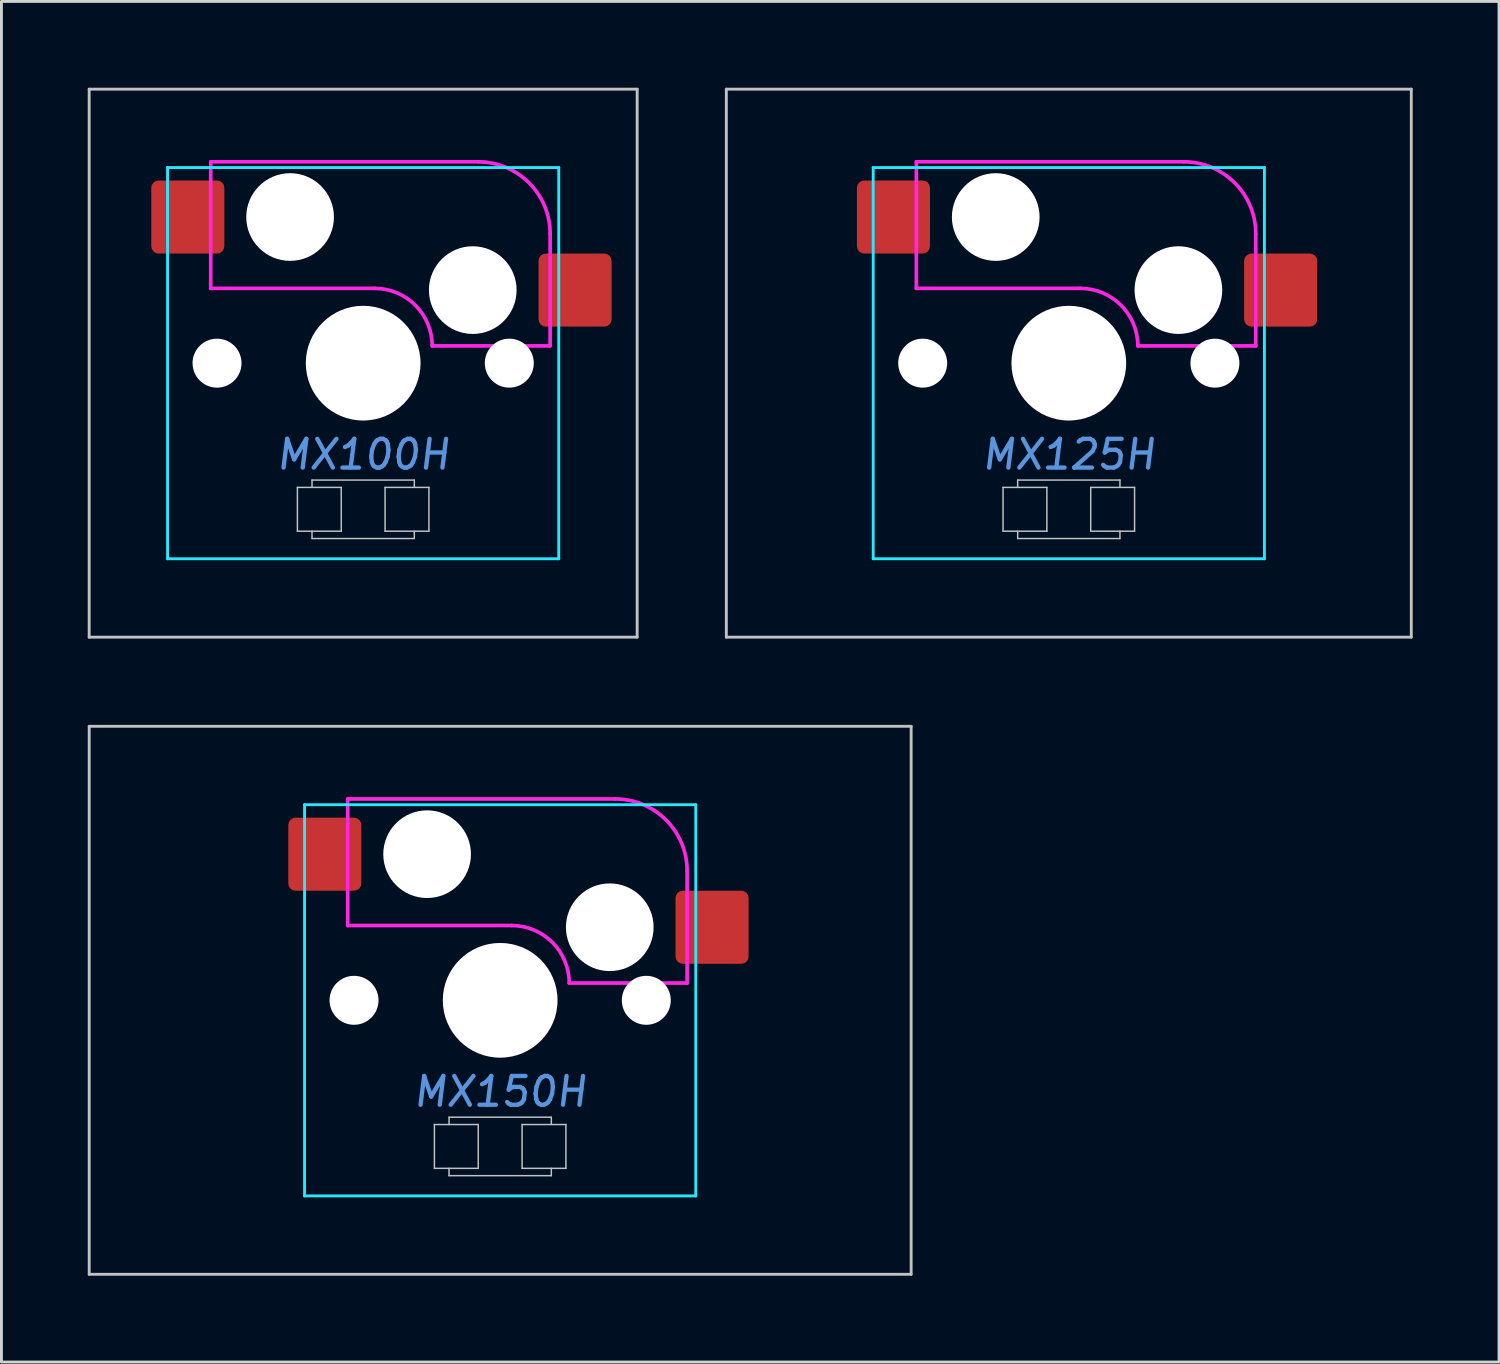
<source format=kicad_pcb>
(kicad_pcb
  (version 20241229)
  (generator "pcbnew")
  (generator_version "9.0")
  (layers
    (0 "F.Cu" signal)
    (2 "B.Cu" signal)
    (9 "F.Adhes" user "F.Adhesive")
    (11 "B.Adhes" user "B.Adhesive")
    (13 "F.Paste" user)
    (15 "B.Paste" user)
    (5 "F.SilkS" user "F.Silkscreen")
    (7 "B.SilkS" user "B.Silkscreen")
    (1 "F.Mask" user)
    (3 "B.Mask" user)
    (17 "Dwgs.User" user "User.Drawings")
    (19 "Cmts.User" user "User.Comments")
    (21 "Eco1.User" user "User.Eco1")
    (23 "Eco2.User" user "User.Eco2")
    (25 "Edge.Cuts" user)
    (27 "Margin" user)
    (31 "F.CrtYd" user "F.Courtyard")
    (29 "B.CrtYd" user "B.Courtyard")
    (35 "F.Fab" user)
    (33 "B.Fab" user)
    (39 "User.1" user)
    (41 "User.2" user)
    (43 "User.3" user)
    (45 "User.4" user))
  (footprint "MX125H"
    (layer "F.Cu")
    (at 34.106 9.575)
    (property "Reference" "MX125H" (at 0 3.175 180) (layer "Cmts.User") (effects (font (size 1 1) (thickness 0.15) (italic yes))))
    (attr smd)
    (fp_line (start -11.906 -9.525) (end -11.906 9.525) (stroke (width 0.1) (type solid)) (layer "Dwgs.User"))
    (fp_line (start -11.906 -9.525) (end 11.906 -9.525) (stroke (width 0.1) (type solid)) (layer "Dwgs.User"))
    (fp_line (start -11.906 9.525) (end 11.906 9.525) (stroke (width 0.1) (type solid)) (layer "Dwgs.User"))
    (fp_line (start -2.286 4.318) (end -2.286 5.842) (stroke (width 0.051) (type solid)) (layer "Dwgs.User"))
    (fp_line (start -2.286 5.842) (end -0.762 5.842) (stroke (width 0.051) (type solid)) (layer "Dwgs.User"))
    (fp_line (start -1.778 4.064) (end -1.778 4.318) (stroke (width 0.051) (type solid)) (layer "Dwgs.User"))
    (fp_line (start -1.778 6.096) (end -1.778 5.842) (stroke (width 0.051) (type solid)) (layer "Dwgs.User"))
    (fp_line (start -1.778 6.096) (end 1.778 6.096) (stroke (width 0.051) (type solid)) (layer "Dwgs.User"))
    (fp_line (start -0.762 4.318) (end -2.286 4.318) (stroke (width 0.051) (type solid)) (layer "Dwgs.User"))
    (fp_line (start -0.762 5.842) (end -0.762 4.318) (stroke (width 0.051) (type solid)) (layer "Dwgs.User"))
    (fp_line (start 0.762 4.318) (end 2.286 4.318) (stroke (width 0.051) (type solid)) (layer "Dwgs.User"))
    (fp_line (start 0.762 5.842) (end 0.762 4.318) (stroke (width 0.051) (type solid)) (layer "Dwgs.User"))
    (fp_line (start 1.778 4.064) (end -1.778 4.064) (stroke (width 0.051) (type solid)) (layer "Dwgs.User"))
    (fp_line (start 1.778 4.318) (end 1.778 4.064) (stroke (width 0.051) (type solid)) (layer "Dwgs.User"))
    (fp_line (start 1.778 6.096) (end 1.778 5.842) (stroke (width 0.051) (type solid)) (layer "Dwgs.User"))
    (fp_line (start 2.286 4.318) (end 2.286 5.842) (stroke (width 0.051) (type solid)) (layer "Dwgs.User"))
    (fp_line (start 2.286 5.842) (end 0.762 5.842) (stroke (width 0.051) (type solid)) (layer "Dwgs.User"))
    (fp_line (start 11.906 9.525) (end 11.906 -9.525) (stroke (width 0.1) (type solid)) (layer "Dwgs.User"))
    (fp_line (start -7 6.5) (end -7 -6.5) (stroke (width 0.1) (type solid)) (layer "Eco1.User"))
    (fp_line (start -6.5 -7) (end 6.5 -7) (stroke (width 0.1) (type solid)) (layer "Eco1.User"))
    (fp_line (start 6.5 7) (end -6.5 7) (stroke (width 0.1) (type solid)) (layer "Eco1.User"))
    (fp_line (start 7 -6.5) (end 7 6.5) (stroke (width 0.1) (type solid)) (layer "Eco1.User"))
    (fp_arc (start -7 -6.5) (mid -6.853553 -6.853553) (end -6.5 -7) (stroke (width 0.1) (type solid)) (layer "Eco1.User"))
    (fp_arc (start -6.5 7) (mid -6.853553 6.853553) (end -7 6.5) (stroke (width 0.1) (type solid)) (layer "Eco1.User"))
    (fp_arc (start 6.5 -7) (mid 6.853553 -6.853553) (end 7 -6.5) (stroke (width 0.1) (type solid)) (layer "Eco1.User"))
    (fp_arc (start 7 6.5) (mid 6.853553 6.853553) (end 6.5 7) (stroke (width 0.1) (type solid)) (layer "Eco1.User"))
    (fp_line (start -6.8 -6.8) (end -6.8 6.8) (stroke (width 0.1) (type solid)) (layer "B.CrtYd"))
    (fp_line (start -6.8 -6.8) (end 6.8 -6.8) (stroke (width 0.1) (type solid)) (layer "B.CrtYd"))
    (fp_line (start 6.8 6.8) (end -6.8 6.8) (stroke (width 0.1) (type solid)) (layer "B.CrtYd"))
    (fp_line (start 6.8 6.8) (end 6.8 -6.8) (stroke (width 0.1) (type solid)) (layer "B.CrtYd"))
    (fp_line (start -5.3 -7) (end -5.3 -2.6) (stroke (width 0.127) (type solid)) (layer "F.CrtYd"))
    (fp_line (start -5.3 -7) (end 4 -7) (stroke (width 0.127) (type solid)) (layer "F.CrtYd"))
    (fp_line (start 0.4 -2.6) (end -5.3 -2.6) (stroke (width 0.127) (type solid)) (layer "F.CrtYd"))
    (fp_line (start 6.5 -4.5) (end 6.5 -0.6) (stroke (width 0.127) (type solid)) (layer "F.CrtYd"))
    (fp_line (start 6.5 -0.6) (end 2.4 -0.6) (stroke (width 0.127) (type solid)) (layer "F.CrtYd"))
    (fp_arc (start 0.4 -2.6) (mid 1.814214 -2.014214) (end 2.4 -0.6) (stroke (width 0.127) (type solid)) (layer "F.CrtYd"))
    (fp_arc (start 4 -7) (mid 5.767767 -6.267767) (end 6.5 -4.5) (stroke (width 0.127) (type solid)) (layer "F.CrtYd"))
    (pad "" np_thru_hole circle (at -5.08 0) (size 1.702 1.702) (drill 1.702) (layers "*.Cu" "*.Mask"))
    (pad "" np_thru_hole circle (at -2.54 -5.08) (size 3.048 3.048) (drill 3.048) (layers "*.Cu" "*.Mask"))
    (pad "" np_thru_hole circle (at 0 0) (size 3.988 3.988) (drill 3.988) (layers "*.Cu" "*.Mask"))
    (pad "" np_thru_hole circle (at 3.81 -2.54 90) (size 3.048 3.048) (drill 3.048) (layers "*.Cu" "*.Mask"))
    (pad "" np_thru_hole circle (at 5.08 0) (size 1.702 1.702) (drill 1.702) (layers "*.Cu" "*.Mask"))
    (pad "1" smd roundrect (at -6.096 -5.08) (size 2.54 2.54) (layers "F.Cu" "F.Mask") (roundrect_rratio 0.1))
    (pad "2" smd roundrect (at 7.366 -2.54) (size 2.54 2.54) (layers "F.Cu" "F.Mask") (roundrect_rratio 0.1)))
  (footprint "MX150H"
    (layer "F.Cu")
    (at 14.338 31.725)
    (property "Reference" "MX150H" (at 0 3.175 0) (layer "Cmts.User") (effects (font (size 1 1) (thickness 0.15) (italic yes))))
    (attr smd)
    (fp_line (start -14.287 -9.525) (end -14.287 9.525) (stroke (width 0.1) (type solid)) (layer "Dwgs.User"))
    (fp_line (start -14.287 -9.525) (end 14.287 -9.525) (stroke (width 0.1) (type solid)) (layer "Dwgs.User"))
    (fp_line (start -14.287 9.525) (end 14.287 9.525) (stroke (width 0.1) (type solid)) (layer "Dwgs.User"))
    (fp_line (start -2.286 4.318) (end -2.286 5.842) (stroke (width 0.051) (type solid)) (layer "Dwgs.User"))
    (fp_line (start -2.286 5.842) (end -0.762 5.842) (stroke (width 0.051) (type solid)) (layer "Dwgs.User"))
    (fp_line (start -1.778 4.064) (end -1.778 4.318) (stroke (width 0.051) (type solid)) (layer "Dwgs.User"))
    (fp_line (start -1.778 6.096) (end -1.778 5.842) (stroke (width 0.051) (type solid)) (layer "Dwgs.User"))
    (fp_line (start -1.778 6.096) (end 1.778 6.096) (stroke (width 0.051) (type solid)) (layer "Dwgs.User"))
    (fp_line (start -0.762 4.318) (end -2.286 4.318) (stroke (width 0.051) (type solid)) (layer "Dwgs.User"))
    (fp_line (start -0.762 5.842) (end -0.762 4.318) (stroke (width 0.051) (type solid)) (layer "Dwgs.User"))
    (fp_line (start 0.762 4.318) (end 2.286 4.318) (stroke (width 0.051) (type solid)) (layer "Dwgs.User"))
    (fp_line (start 0.762 5.842) (end 0.762 4.318) (stroke (width 0.051) (type solid)) (layer "Dwgs.User"))
    (fp_line (start 1.778 4.064) (end -1.778 4.064) (stroke (width 0.051) (type solid)) (layer "Dwgs.User"))
    (fp_line (start 1.778 4.318) (end 1.778 4.064) (stroke (width 0.051) (type solid)) (layer "Dwgs.User"))
    (fp_line (start 1.778 6.096) (end 1.778 5.842) (stroke (width 0.051) (type solid)) (layer "Dwgs.User"))
    (fp_line (start 2.286 4.318) (end 2.286 5.842) (stroke (width 0.051) (type solid)) (layer "Dwgs.User"))
    (fp_line (start 2.286 5.842) (end 0.762 5.842) (stroke (width 0.051) (type solid)) (layer "Dwgs.User"))
    (fp_line (start 14.287 9.525) (end 14.287 -9.525) (stroke (width 0.1) (type solid)) (layer "Dwgs.User"))
    (fp_line (start -7 -6.5) (end -7 6.5) (stroke (width 0.1) (type solid)) (layer "Eco1.User"))
    (fp_line (start -6.5 7) (end 6.5 7) (stroke (width 0.1) (type solid)) (layer "Eco1.User"))
    (fp_line (start 6.5 -7) (end -6.5 -7) (stroke (width 0.1) (type solid)) (layer "Eco1.User"))
    (fp_line (start 7 6.5) (end 7 -6.5) (stroke (width 0.1) (type solid)) (layer "Eco1.User"))
    (fp_arc (start -7 -6.5) (mid -6.853553 -6.853553) (end -6.5 -7) (stroke (width 0.1) (type solid)) (layer "Eco1.User"))
    (fp_arc (start -6.5 7) (mid -6.853553 6.853553) (end -7 6.5) (stroke (width 0.1) (type solid)) (layer "Eco1.User"))
    (fp_arc (start 6.5 -7) (mid 6.853553 -6.853553) (end 7 -6.5) (stroke (width 0.1) (type solid)) (layer "Eco1.User"))
    (fp_arc (start 7 6.5) (mid 6.853553 6.853553) (end 6.5 7) (stroke (width 0.1) (type solid)) (layer "Eco1.User"))
    (fp_line (start -6.8 -6.8) (end -6.8 6.8) (stroke (width 0.1) (type solid)) (layer "B.CrtYd"))
    (fp_line (start -6.8 -6.8) (end 6.8 -6.8) (stroke (width 0.1) (type solid)) (layer "B.CrtYd"))
    (fp_line (start 6.8 6.8) (end -6.8 6.8) (stroke (width 0.1) (type solid)) (layer "B.CrtYd"))
    (fp_line (start 6.8 6.8) (end 6.8 -6.8) (stroke (width 0.1) (type solid)) (layer "B.CrtYd"))
    (fp_line (start -5.3 -7) (end -5.3 -2.6) (stroke (width 0.127) (type solid)) (layer "F.CrtYd"))
    (fp_line (start -5.3 -7) (end 4 -7) (stroke (width 0.127) (type solid)) (layer "F.CrtYd"))
    (fp_line (start 0.4 -2.6) (end -5.3 -2.6) (stroke (width 0.127) (type solid)) (layer "F.CrtYd"))
    (fp_line (start 6.5 -4.5) (end 6.5 -0.6) (stroke (width 0.127) (type solid)) (layer "F.CrtYd"))
    (fp_line (start 6.5 -0.6) (end 2.4 -0.6) (stroke (width 0.127) (type solid)) (layer "F.CrtYd"))
    (fp_arc (start 0.4 -2.6) (mid 1.814214 -2.014214) (end 2.4 -0.6) (stroke (width 0.127) (type solid)) (layer "F.CrtYd"))
    (fp_arc (start 4 -7) (mid 5.767767 -6.267767) (end 6.5 -4.5) (stroke (width 0.127) (type solid)) (layer "F.CrtYd"))
    (pad "" np_thru_hole circle (at -5.08 0) (size 1.702 1.702) (drill 1.702) (layers "*.Cu" "*.Mask"))
    (pad "" np_thru_hole circle (at -2.54 -5.08) (size 3.048 3.048) (drill 3.048) (layers "*.Cu" "*.Mask"))
    (pad "" np_thru_hole circle (at 0 0) (size 3.988 3.988) (drill 3.988) (layers "*.Cu" "*.Mask"))
    (pad "" np_thru_hole circle (at 3.81 -2.54 90) (size 3.048 3.048) (drill 3.048) (layers "*.Cu" "*.Mask"))
    (pad "" np_thru_hole circle (at 5.08 0) (size 1.702 1.702) (drill 1.702) (layers "*.Cu" "*.Mask"))
    (pad "1" smd roundrect (at -6.096 -5.08) (size 2.54 2.54) (layers "F.Cu" "F.Mask") (roundrect_rratio 0.1))
    (pad "2" smd roundrect (at 7.366 -2.54) (size 2.54 2.54) (layers "F.Cu" "F.Mask") (roundrect_rratio 0.1)))
  (footprint "MX100H"
    (layer "F.Cu")
    (at 9.575 9.575)
    (property "Reference" "MX100H" (at 0 3.175 0) (layer "Cmts.User") (effects (font (size 1 1) (thickness 0.15) (italic yes))))
    (attr smd)
    (fp_line (start -9.525 -9.525) (end -9.525 9.525) (stroke (width 0.1) (type solid)) (layer "Dwgs.User"))
    (fp_line (start -9.525 -9.525) (end 9.525 -9.525) (stroke (width 0.1) (type solid)) (layer "Dwgs.User"))
    (fp_line (start -9.525 9.525) (end 9.525 9.525) (stroke (width 0.1) (type solid)) (layer "Dwgs.User"))
    (fp_line (start -2.286 4.318) (end -2.286 5.842) (stroke (width 0.051) (type solid)) (layer "Dwgs.User"))
    (fp_line (start -2.286 5.842) (end -0.762 5.842) (stroke (width 0.051) (type solid)) (layer "Dwgs.User"))
    (fp_line (start -1.778 4.064) (end -1.778 4.318) (stroke (width 0.051) (type solid)) (layer "Dwgs.User"))
    (fp_line (start -1.778 6.096) (end -1.778 5.842) (stroke (width 0.051) (type solid)) (layer "Dwgs.User"))
    (fp_line (start -1.778 6.096) (end 1.778 6.096) (stroke (width 0.051) (type solid)) (layer "Dwgs.User"))
    (fp_line (start -0.762 4.318) (end -2.286 4.318) (stroke (width 0.051) (type solid)) (layer "Dwgs.User"))
    (fp_line (start -0.762 5.842) (end -0.762 4.318) (stroke (width 0.051) (type solid)) (layer "Dwgs.User"))
    (fp_line (start 0.762 4.318) (end 2.286 4.318) (stroke (width 0.051) (type solid)) (layer "Dwgs.User"))
    (fp_line (start 0.762 5.842) (end 0.762 4.318) (stroke (width 0.051) (type solid)) (layer "Dwgs.User"))
    (fp_line (start 1.778 4.064) (end -1.778 4.064) (stroke (width 0.051) (type solid)) (layer "Dwgs.User"))
    (fp_line (start 1.778 4.318) (end 1.778 4.064) (stroke (width 0.051) (type solid)) (layer "Dwgs.User"))
    (fp_line (start 1.778 6.096) (end 1.778 5.842) (stroke (width 0.051) (type solid)) (layer "Dwgs.User"))
    (fp_line (start 2.286 4.318) (end 2.286 5.842) (stroke (width 0.051) (type solid)) (layer "Dwgs.User"))
    (fp_line (start 2.286 5.842) (end 0.762 5.842) (stroke (width 0.051) (type solid)) (layer "Dwgs.User"))
    (fp_line (start 9.525 9.525) (end 9.525 -9.525) (stroke (width 0.1) (type solid)) (layer "Dwgs.User"))
    (fp_line (start -7 6.5) (end -7 -6.5) (stroke (width 0.1) (type solid)) (layer "Eco1.User"))
    (fp_line (start -6.5 -7) (end 6.5 -7) (stroke (width 0.1) (type solid)) (layer "Eco1.User"))
    (fp_line (start 6.5 7) (end -6.5 7) (stroke (width 0.1) (type solid)) (layer "Eco1.User"))
    (fp_line (start 7 -6.5) (end 7 6.5) (stroke (width 0.1) (type solid)) (layer "Eco1.User"))
    (fp_arc (start -7 -6.5) (mid -6.853553 -6.853553) (end -6.5 -7) (stroke (width 0.1) (type solid)) (layer "Eco1.User"))
    (fp_arc (start -6.5 7) (mid -6.853553 6.853553) (end -7 6.5) (stroke (width 0.1) (type solid)) (layer "Eco1.User"))
    (fp_arc (start 6.5 -7) (mid 6.853553 -6.853553) (end 7 -6.5) (stroke (width 0.1) (type solid)) (layer "Eco1.User"))
    (fp_arc (start 7 6.5) (mid 6.853553 6.853553) (end 6.5 7) (stroke (width 0.1) (type solid)) (layer "Eco1.User"))
    (fp_line (start -6.8 -6.8) (end -6.8 6.8) (stroke (width 0.1) (type solid)) (layer "B.CrtYd"))
    (fp_line (start -6.8 -6.8) (end 6.8 -6.8) (stroke (width 0.1) (type solid)) (layer "B.CrtYd"))
    (fp_line (start 6.8 6.8) (end -6.8 6.8) (stroke (width 0.1) (type solid)) (layer "B.CrtYd"))
    (fp_line (start 6.8 6.8) (end 6.8 -6.8) (stroke (width 0.1) (type solid)) (layer "B.CrtYd"))
    (fp_line (start -5.3 -7) (end -5.3 -2.6) (stroke (width 0.127) (type solid)) (layer "F.CrtYd"))
    (fp_line (start -5.3 -7) (end 4 -7) (stroke (width 0.127) (type solid)) (layer "F.CrtYd"))
    (fp_line (start 0.4 -2.6) (end -5.3 -2.6) (stroke (width 0.127) (type solid)) (layer "F.CrtYd"))
    (fp_line (start 6.5 -4.5) (end 6.5 -0.6) (stroke (width 0.127) (type solid)) (layer "F.CrtYd"))
    (fp_line (start 6.5 -0.6) (end 2.4 -0.6) (stroke (width 0.127) (type solid)) (layer "F.CrtYd"))
    (fp_arc (start 0.4 -2.6) (mid 1.814214 -2.014214) (end 2.4 -0.6) (stroke (width 0.127) (type solid)) (layer "F.CrtYd"))
    (fp_arc (start 4 -7) (mid 5.767767 -6.267767) (end 6.5 -4.5) (stroke (width 0.127) (type solid)) (layer "F.CrtYd"))
    (pad "" np_thru_hole circle (at -5.08 0) (size 1.702 1.702) (drill 1.702) (layers "*.Cu" "*.Mask"))
    (pad "" np_thru_hole circle (at -2.54 -5.08) (size 3.048 3.048) (drill 3.048) (layers "*.Cu" "*.Mask"))
    (pad "" np_thru_hole circle (at 0 0) (size 3.988 3.988) (drill 3.988) (layers "*.Cu" "*.Mask"))
    (pad "" np_thru_hole circle (at 3.81 -2.54 90) (size 3.048 3.048) (drill 3.048) (layers "*.Cu" "*.Mask"))
    (pad "" np_thru_hole circle (at 5.08 0) (size 1.702 1.702) (drill 1.702) (layers "*.Cu" "*.Mask"))
    (pad "1" smd roundrect (at -6.096 -5.08) (size 2.54 2.54) (layers "F.Cu" "F.Mask") (roundrect_rratio 0.1))
    (pad "2" smd roundrect (at 7.366 -2.54) (size 2.54 2.54) (layers "F.Cu" "F.Mask") (roundrect_rratio 0.1)))
  (gr_rect
    (start -3 -3)
    (end 49.062 44.3)
    (stroke (width 0.1) (type default))
    (fill no)
    (layer "Edge.Cuts")))
</source>
